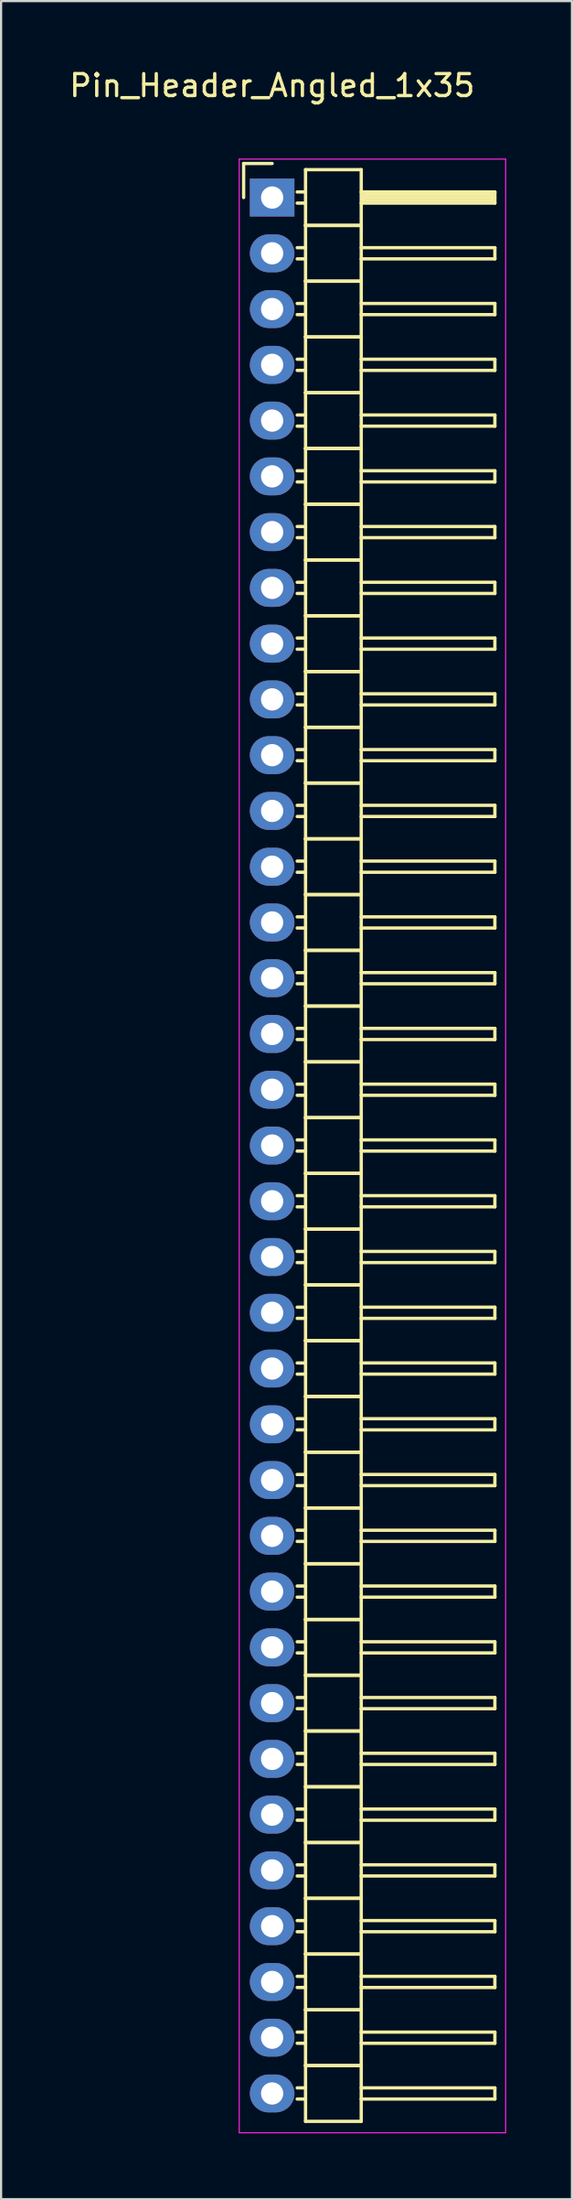
<source format=kicad_pcb>
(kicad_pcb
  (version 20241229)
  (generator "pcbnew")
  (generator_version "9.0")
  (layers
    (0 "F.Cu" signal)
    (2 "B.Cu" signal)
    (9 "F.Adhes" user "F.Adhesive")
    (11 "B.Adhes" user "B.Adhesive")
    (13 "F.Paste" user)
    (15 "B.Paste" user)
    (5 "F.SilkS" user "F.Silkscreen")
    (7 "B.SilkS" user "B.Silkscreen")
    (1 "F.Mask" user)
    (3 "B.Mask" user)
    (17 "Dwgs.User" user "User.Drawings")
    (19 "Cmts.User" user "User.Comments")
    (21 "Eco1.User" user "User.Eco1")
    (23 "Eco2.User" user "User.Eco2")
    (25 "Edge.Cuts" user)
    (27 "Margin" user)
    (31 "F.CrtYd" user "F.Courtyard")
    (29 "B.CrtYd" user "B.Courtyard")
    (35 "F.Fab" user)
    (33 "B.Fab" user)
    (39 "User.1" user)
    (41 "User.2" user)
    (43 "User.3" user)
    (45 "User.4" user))
  (footprint "Pin_Header_Angled_1x35"
    (layer "F.Cu")
    (at 9.363 5.948)
    (property "Reference" "Pin_Header_Angled_1x35" (at 0 -5.1 0) (layer "F.SilkS") (effects (font (size 1 1) (thickness 0.15))))
    (attr through_hole)
    (fp_line (start -1.3 -1.55) (end -1.3 0) (stroke (width 0.15) (type solid)) (layer "F.SilkS"))
    (fp_line (start 0 -1.55) (end -1.3 -1.55) (stroke (width 0.15) (type solid)) (layer "F.SilkS"))
    (fp_line (start 1.524 -1.27) (end 1.524 1.27) (stroke (width 0.15) (type solid)) (layer "F.SilkS"))
    (fp_line (start 1.524 -1.27) (end 4.064 -1.27) (stroke (width 0.15) (type solid)) (layer "F.SilkS"))
    (fp_line (start 1.524 -0.254) (end 1.143 -0.254) (stroke (width 0.15) (type solid)) (layer "F.SilkS"))
    (fp_line (start 1.524 0.254) (end 1.143 0.254) (stroke (width 0.15) (type solid)) (layer "F.SilkS"))
    (fp_line (start 1.524 1.27) (end 1.524 3.81) (stroke (width 0.15) (type solid)) (layer "F.SilkS"))
    (fp_line (start 1.524 1.27) (end 4.064 1.27) (stroke (width 0.15) (type solid)) (layer "F.SilkS"))
    (fp_line (start 1.524 1.27) (end 4.064 1.27) (stroke (width 0.15) (type solid)) (layer "F.SilkS"))
    (fp_line (start 1.524 2.286) (end 1.143 2.286) (stroke (width 0.15) (type solid)) (layer "F.SilkS"))
    (fp_line (start 1.524 2.794) (end 1.143 2.794) (stroke (width 0.15) (type solid)) (layer "F.SilkS"))
    (fp_line (start 1.524 3.81) (end 1.524 6.35) (stroke (width 0.15) (type solid)) (layer "F.SilkS"))
    (fp_line (start 1.524 3.81) (end 4.064 3.81) (stroke (width 0.15) (type solid)) (layer "F.SilkS"))
    (fp_line (start 1.524 3.81) (end 4.064 3.81) (stroke (width 0.15) (type solid)) (layer "F.SilkS"))
    (fp_line (start 1.524 4.826) (end 1.143 4.826) (stroke (width 0.15) (type solid)) (layer "F.SilkS"))
    (fp_line (start 1.524 5.334) (end 1.143 5.334) (stroke (width 0.15) (type solid)) (layer "F.SilkS"))
    (fp_line (start 1.524 6.35) (end 1.524 8.89) (stroke (width 0.15) (type solid)) (layer "F.SilkS"))
    (fp_line (start 1.524 6.35) (end 4.064 6.35) (stroke (width 0.15) (type solid)) (layer "F.SilkS"))
    (fp_line (start 1.524 6.35) (end 4.064 6.35) (stroke (width 0.15) (type solid)) (layer "F.SilkS"))
    (fp_line (start 1.524 7.366) (end 1.143 7.366) (stroke (width 0.15) (type solid)) (layer "F.SilkS"))
    (fp_line (start 1.524 7.874) (end 1.143 7.874) (stroke (width 0.15) (type solid)) (layer "F.SilkS"))
    (fp_line (start 1.524 8.89) (end 1.524 11.43) (stroke (width 0.15) (type solid)) (layer "F.SilkS"))
    (fp_line (start 1.524 8.89) (end 4.064 8.89) (stroke (width 0.15) (type solid)) (layer "F.SilkS"))
    (fp_line (start 1.524 8.89) (end 4.064 8.89) (stroke (width 0.15) (type solid)) (layer "F.SilkS"))
    (fp_line (start 1.524 9.906) (end 1.143 9.906) (stroke (width 0.15) (type solid)) (layer "F.SilkS"))
    (fp_line (start 1.524 10.414) (end 1.143 10.414) (stroke (width 0.15) (type solid)) (layer "F.SilkS"))
    (fp_line (start 1.524 11.43) (end 1.524 13.97) (stroke (width 0.15) (type solid)) (layer "F.SilkS"))
    (fp_line (start 1.524 11.43) (end 4.064 11.43) (stroke (width 0.15) (type solid)) (layer "F.SilkS"))
    (fp_line (start 1.524 11.43) (end 4.064 11.43) (stroke (width 0.15) (type solid)) (layer "F.SilkS"))
    (fp_line (start 1.524 12.446) (end 1.143 12.446) (stroke (width 0.15) (type solid)) (layer "F.SilkS"))
    (fp_line (start 1.524 12.954) (end 1.143 12.954) (stroke (width 0.15) (type solid)) (layer "F.SilkS"))
    (fp_line (start 1.524 13.97) (end 1.524 16.51) (stroke (width 0.15) (type solid)) (layer "F.SilkS"))
    (fp_line (start 1.524 13.97) (end 4.064 13.97) (stroke (width 0.15) (type solid)) (layer "F.SilkS"))
    (fp_line (start 1.524 13.97) (end 4.064 13.97) (stroke (width 0.15) (type solid)) (layer "F.SilkS"))
    (fp_line (start 1.524 14.986) (end 1.143 14.986) (stroke (width 0.15) (type solid)) (layer "F.SilkS"))
    (fp_line (start 1.524 15.494) (end 1.143 15.494) (stroke (width 0.15) (type solid)) (layer "F.SilkS"))
    (fp_line (start 1.524 16.51) (end 1.524 19.05) (stroke (width 0.15) (type solid)) (layer "F.SilkS"))
    (fp_line (start 1.524 16.51) (end 4.064 16.51) (stroke (width 0.15) (type solid)) (layer "F.SilkS"))
    (fp_line (start 1.524 16.51) (end 4.064 16.51) (stroke (width 0.15) (type solid)) (layer "F.SilkS"))
    (fp_line (start 1.524 17.526) (end 1.143 17.526) (stroke (width 0.15) (type solid)) (layer "F.SilkS"))
    (fp_line (start 1.524 18.034) (end 1.143 18.034) (stroke (width 0.15) (type solid)) (layer "F.SilkS"))
    (fp_line (start 1.524 19.05) (end 1.524 21.59) (stroke (width 0.15) (type solid)) (layer "F.SilkS"))
    (fp_line (start 1.524 19.05) (end 4.064 19.05) (stroke (width 0.15) (type solid)) (layer "F.SilkS"))
    (fp_line (start 1.524 19.05) (end 4.064 19.05) (stroke (width 0.15) (type solid)) (layer "F.SilkS"))
    (fp_line (start 1.524 20.066) (end 1.143 20.066) (stroke (width 0.15) (type solid)) (layer "F.SilkS"))
    (fp_line (start 1.524 20.574) (end 1.143 20.574) (stroke (width 0.15) (type solid)) (layer "F.SilkS"))
    (fp_line (start 1.524 21.59) (end 1.524 24.13) (stroke (width 0.15) (type solid)) (layer "F.SilkS"))
    (fp_line (start 1.524 21.59) (end 4.064 21.59) (stroke (width 0.15) (type solid)) (layer "F.SilkS"))
    (fp_line (start 1.524 21.59) (end 4.064 21.59) (stroke (width 0.15) (type solid)) (layer "F.SilkS"))
    (fp_line (start 1.524 22.606) (end 1.143 22.606) (stroke (width 0.15) (type solid)) (layer "F.SilkS"))
    (fp_line (start 1.524 23.114) (end 1.143 23.114) (stroke (width 0.15) (type solid)) (layer "F.SilkS"))
    (fp_line (start 1.524 24.13) (end 1.524 26.67) (stroke (width 0.15) (type solid)) (layer "F.SilkS"))
    (fp_line (start 1.524 24.13) (end 4.064 24.13) (stroke (width 0.15) (type solid)) (layer "F.SilkS"))
    (fp_line (start 1.524 24.13) (end 4.064 24.13) (stroke (width 0.15) (type solid)) (layer "F.SilkS"))
    (fp_line (start 1.524 25.146) (end 1.143 25.146) (stroke (width 0.15) (type solid)) (layer "F.SilkS"))
    (fp_line (start 1.524 25.654) (end 1.143 25.654) (stroke (width 0.15) (type solid)) (layer "F.SilkS"))
    (fp_line (start 1.524 26.67) (end 1.524 29.21) (stroke (width 0.15) (type solid)) (layer "F.SilkS"))
    (fp_line (start 1.524 26.67) (end 4.064 26.67) (stroke (width 0.15) (type solid)) (layer "F.SilkS"))
    (fp_line (start 1.524 26.67) (end 4.064 26.67) (stroke (width 0.15) (type solid)) (layer "F.SilkS"))
    (fp_line (start 1.524 27.686) (end 1.143 27.686) (stroke (width 0.15) (type solid)) (layer "F.SilkS"))
    (fp_line (start 1.524 28.194) (end 1.143 28.194) (stroke (width 0.15) (type solid)) (layer "F.SilkS"))
    (fp_line (start 1.524 29.21) (end 1.524 31.75) (stroke (width 0.15) (type solid)) (layer "F.SilkS"))
    (fp_line (start 1.524 29.21) (end 4.064 29.21) (stroke (width 0.15) (type solid)) (layer "F.SilkS"))
    (fp_line (start 1.524 29.21) (end 4.064 29.21) (stroke (width 0.15) (type solid)) (layer "F.SilkS"))
    (fp_line (start 1.524 30.226) (end 1.143 30.226) (stroke (width 0.15) (type solid)) (layer "F.SilkS"))
    (fp_line (start 1.524 30.734) (end 1.143 30.734) (stroke (width 0.15) (type solid)) (layer "F.SilkS"))
    (fp_line (start 1.524 31.75) (end 1.524 34.29) (stroke (width 0.15) (type solid)) (layer "F.SilkS"))
    (fp_line (start 1.524 31.75) (end 4.064 31.75) (stroke (width 0.15) (type solid)) (layer "F.SilkS"))
    (fp_line (start 1.524 31.75) (end 4.064 31.75) (stroke (width 0.15) (type solid)) (layer "F.SilkS"))
    (fp_line (start 1.524 32.766) (end 1.143 32.766) (stroke (width 0.15) (type solid)) (layer "F.SilkS"))
    (fp_line (start 1.524 33.274) (end 1.143 33.274) (stroke (width 0.15) (type solid)) (layer "F.SilkS"))
    (fp_line (start 1.524 34.29) (end 1.524 36.83) (stroke (width 0.15) (type solid)) (layer "F.SilkS"))
    (fp_line (start 1.524 34.29) (end 4.064 34.29) (stroke (width 0.15) (type solid)) (layer "F.SilkS"))
    (fp_line (start 1.524 34.29) (end 4.064 34.29) (stroke (width 0.15) (type solid)) (layer "F.SilkS"))
    (fp_line (start 1.524 35.306) (end 1.143 35.306) (stroke (width 0.15) (type solid)) (layer "F.SilkS"))
    (fp_line (start 1.524 35.814) (end 1.143 35.814) (stroke (width 0.15) (type solid)) (layer "F.SilkS"))
    (fp_line (start 1.524 36.83) (end 1.524 39.37) (stroke (width 0.15) (type solid)) (layer "F.SilkS"))
    (fp_line (start 1.524 36.83) (end 4.064 36.83) (stroke (width 0.15) (type solid)) (layer "F.SilkS"))
    (fp_line (start 1.524 36.83) (end 4.064 36.83) (stroke (width 0.15) (type solid)) (layer "F.SilkS"))
    (fp_line (start 1.524 37.846) (end 1.143 37.846) (stroke (width 0.15) (type solid)) (layer "F.SilkS"))
    (fp_line (start 1.524 38.354) (end 1.143 38.354) (stroke (width 0.15) (type solid)) (layer "F.SilkS"))
    (fp_line (start 1.524 39.37) (end 1.524 41.91) (stroke (width 0.15) (type solid)) (layer "F.SilkS"))
    (fp_line (start 1.524 39.37) (end 4.064 39.37) (stroke (width 0.15) (type solid)) (layer "F.SilkS"))
    (fp_line (start 1.524 39.37) (end 4.064 39.37) (stroke (width 0.15) (type solid)) (layer "F.SilkS"))
    (fp_line (start 1.524 40.386) (end 1.143 40.386) (stroke (width 0.15) (type solid)) (layer "F.SilkS"))
    (fp_line (start 1.524 40.894) (end 1.143 40.894) (stroke (width 0.15) (type solid)) (layer "F.SilkS"))
    (fp_line (start 1.524 41.91) (end 1.524 44.45) (stroke (width 0.15) (type solid)) (layer "F.SilkS"))
    (fp_line (start 1.524 41.91) (end 4.064 41.91) (stroke (width 0.15) (type solid)) (layer "F.SilkS"))
    (fp_line (start 1.524 41.91) (end 4.064 41.91) (stroke (width 0.15) (type solid)) (layer "F.SilkS"))
    (fp_line (start 1.524 42.926) (end 1.143 42.926) (stroke (width 0.15) (type solid)) (layer "F.SilkS"))
    (fp_line (start 1.524 43.434) (end 1.143 43.434) (stroke (width 0.15) (type solid)) (layer "F.SilkS"))
    (fp_line (start 1.524 44.45) (end 1.524 46.99) (stroke (width 0.15) (type solid)) (layer "F.SilkS"))
    (fp_line (start 1.524 44.45) (end 4.064 44.45) (stroke (width 0.15) (type solid)) (layer "F.SilkS"))
    (fp_line (start 1.524 44.45) (end 4.064 44.45) (stroke (width 0.15) (type solid)) (layer "F.SilkS"))
    (fp_line (start 1.524 45.466) (end 1.143 45.466) (stroke (width 0.15) (type solid)) (layer "F.SilkS"))
    (fp_line (start 1.524 45.974) (end 1.143 45.974) (stroke (width 0.15) (type solid)) (layer "F.SilkS"))
    (fp_line (start 1.524 46.99) (end 1.524 49.53) (stroke (width 0.15) (type solid)) (layer "F.SilkS"))
    (fp_line (start 1.524 46.99) (end 4.064 46.99) (stroke (width 0.15) (type solid)) (layer "F.SilkS"))
    (fp_line (start 1.524 46.99) (end 4.064 46.99) (stroke (width 0.15) (type solid)) (layer "F.SilkS"))
    (fp_line (start 1.524 48.006) (end 1.143 48.006) (stroke (width 0.15) (type solid)) (layer "F.SilkS"))
    (fp_line (start 1.524 48.514) (end 1.143 48.514) (stroke (width 0.15) (type solid)) (layer "F.SilkS"))
    (fp_line (start 1.524 49.53) (end 1.524 52.07) (stroke (width 0.15) (type solid)) (layer "F.SilkS"))
    (fp_line (start 1.524 49.53) (end 4.064 49.53) (stroke (width 0.15) (type solid)) (layer "F.SilkS"))
    (fp_line (start 1.524 49.53) (end 4.064 49.53) (stroke (width 0.15) (type solid)) (layer "F.SilkS"))
    (fp_line (start 1.524 50.546) (end 1.143 50.546) (stroke (width 0.15) (type solid)) (layer "F.SilkS"))
    (fp_line (start 1.524 51.054) (end 1.143 51.054) (stroke (width 0.15) (type solid)) (layer "F.SilkS"))
    (fp_line (start 1.524 52.07) (end 1.524 54.61) (stroke (width 0.15) (type solid)) (layer "F.SilkS"))
    (fp_line (start 1.524 52.07) (end 4.064 52.07) (stroke (width 0.15) (type solid)) (layer "F.SilkS"))
    (fp_line (start 1.524 52.07) (end 4.064 52.07) (stroke (width 0.15) (type solid)) (layer "F.SilkS"))
    (fp_line (start 1.524 53.086) (end 1.143 53.086) (stroke (width 0.15) (type solid)) (layer "F.SilkS"))
    (fp_line (start 1.524 53.594) (end 1.143 53.594) (stroke (width 0.15) (type solid)) (layer "F.SilkS"))
    (fp_line (start 1.524 54.61) (end 1.524 57.15) (stroke (width 0.15) (type solid)) (layer "F.SilkS"))
    (fp_line (start 1.524 54.61) (end 4.064 54.61) (stroke (width 0.15) (type solid)) (layer "F.SilkS"))
    (fp_line (start 1.524 54.61) (end 4.064 54.61) (stroke (width 0.15) (type solid)) (layer "F.SilkS"))
    (fp_line (start 1.524 55.626) (end 1.143 55.626) (stroke (width 0.15) (type solid)) (layer "F.SilkS"))
    (fp_line (start 1.524 56.134) (end 1.143 56.134) (stroke (width 0.15) (type solid)) (layer "F.SilkS"))
    (fp_line (start 1.524 57.15) (end 1.524 59.69) (stroke (width 0.15) (type solid)) (layer "F.SilkS"))
    (fp_line (start 1.524 57.15) (end 4.064 57.15) (stroke (width 0.15) (type solid)) (layer "F.SilkS"))
    (fp_line (start 1.524 57.15) (end 4.064 57.15) (stroke (width 0.15) (type solid)) (layer "F.SilkS"))
    (fp_line (start 1.524 58.166) (end 1.143 58.166) (stroke (width 0.15) (type solid)) (layer "F.SilkS"))
    (fp_line (start 1.524 58.674) (end 1.143 58.674) (stroke (width 0.15) (type solid)) (layer "F.SilkS"))
    (fp_line (start 1.524 59.69) (end 1.524 62.23) (stroke (width 0.15) (type solid)) (layer "F.SilkS"))
    (fp_line (start 1.524 59.69) (end 4.064 59.69) (stroke (width 0.15) (type solid)) (layer "F.SilkS"))
    (fp_line (start 1.524 59.69) (end 4.064 59.69) (stroke (width 0.15) (type solid)) (layer "F.SilkS"))
    (fp_line (start 1.524 60.706) (end 1.143 60.706) (stroke (width 0.15) (type solid)) (layer "F.SilkS"))
    (fp_line (start 1.524 61.214) (end 1.143 61.214) (stroke (width 0.15) (type solid)) (layer "F.SilkS"))
    (fp_line (start 1.524 62.23) (end 1.524 64.77) (stroke (width 0.15) (type solid)) (layer "F.SilkS"))
    (fp_line (start 1.524 62.23) (end 4.064 62.23) (stroke (width 0.15) (type solid)) (layer "F.SilkS"))
    (fp_line (start 1.524 62.23) (end 4.064 62.23) (stroke (width 0.15) (type solid)) (layer "F.SilkS"))
    (fp_line (start 1.524 63.246) (end 1.143 63.246) (stroke (width 0.15) (type solid)) (layer "F.SilkS"))
    (fp_line (start 1.524 63.754) (end 1.143 63.754) (stroke (width 0.15) (type solid)) (layer "F.SilkS"))
    (fp_line (start 1.524 64.77) (end 1.524 67.31) (stroke (width 0.15) (type solid)) (layer "F.SilkS"))
    (fp_line (start 1.524 64.77) (end 4.064 64.77) (stroke (width 0.15) (type solid)) (layer "F.SilkS"))
    (fp_line (start 1.524 64.77) (end 4.064 64.77) (stroke (width 0.15) (type solid)) (layer "F.SilkS"))
    (fp_line (start 1.524 65.786) (end 1.143 65.786) (stroke (width 0.15) (type solid)) (layer "F.SilkS"))
    (fp_line (start 1.524 66.294) (end 1.143 66.294) (stroke (width 0.15) (type solid)) (layer "F.SilkS"))
    (fp_line (start 1.524 67.31) (end 1.524 69.85) (stroke (width 0.15) (type solid)) (layer "F.SilkS"))
    (fp_line (start 1.524 67.31) (end 4.064 67.31) (stroke (width 0.15) (type solid)) (layer "F.SilkS"))
    (fp_line (start 1.524 67.31) (end 4.064 67.31) (stroke (width 0.15) (type solid)) (layer "F.SilkS"))
    (fp_line (start 1.524 68.326) (end 1.143 68.326) (stroke (width 0.15) (type solid)) (layer "F.SilkS"))
    (fp_line (start 1.524 68.834) (end 1.143 68.834) (stroke (width 0.15) (type solid)) (layer "F.SilkS"))
    (fp_line (start 1.524 69.85) (end 1.524 72.39) (stroke (width 0.15) (type solid)) (layer "F.SilkS"))
    (fp_line (start 1.524 69.85) (end 4.064 69.85) (stroke (width 0.15) (type solid)) (layer "F.SilkS"))
    (fp_line (start 1.524 69.85) (end 4.064 69.85) (stroke (width 0.15) (type solid)) (layer "F.SilkS"))
    (fp_line (start 1.524 70.866) (end 1.143 70.866) (stroke (width 0.15) (type solid)) (layer "F.SilkS"))
    (fp_line (start 1.524 71.374) (end 1.143 71.374) (stroke (width 0.15) (type solid)) (layer "F.SilkS"))
    (fp_line (start 1.524 72.39) (end 1.524 74.93) (stroke (width 0.15) (type solid)) (layer "F.SilkS"))
    (fp_line (start 1.524 72.39) (end 4.064 72.39) (stroke (width 0.15) (type solid)) (layer "F.SilkS"))
    (fp_line (start 1.524 72.39) (end 4.064 72.39) (stroke (width 0.15) (type solid)) (layer "F.SilkS"))
    (fp_line (start 1.524 73.406) (end 1.143 73.406) (stroke (width 0.15) (type solid)) (layer "F.SilkS"))
    (fp_line (start 1.524 73.914) (end 1.143 73.914) (stroke (width 0.15) (type solid)) (layer "F.SilkS"))
    (fp_line (start 1.524 74.93) (end 1.524 77.47) (stroke (width 0.15) (type solid)) (layer "F.SilkS"))
    (fp_line (start 1.524 74.93) (end 4.064 74.93) (stroke (width 0.15) (type solid)) (layer "F.SilkS"))
    (fp_line (start 1.524 74.93) (end 4.064 74.93) (stroke (width 0.15) (type solid)) (layer "F.SilkS"))
    (fp_line (start 1.524 75.946) (end 1.143 75.946) (stroke (width 0.15) (type solid)) (layer "F.SilkS"))
    (fp_line (start 1.524 76.454) (end 1.143 76.454) (stroke (width 0.15) (type solid)) (layer "F.SilkS"))
    (fp_line (start 1.524 77.47) (end 1.524 80.01) (stroke (width 0.15) (type solid)) (layer "F.SilkS"))
    (fp_line (start 1.524 77.47) (end 4.064 77.47) (stroke (width 0.15) (type solid)) (layer "F.SilkS"))
    (fp_line (start 1.524 77.47) (end 4.064 77.47) (stroke (width 0.15) (type solid)) (layer "F.SilkS"))
    (fp_line (start 1.524 78.486) (end 1.143 78.486) (stroke (width 0.15) (type solid)) (layer "F.SilkS"))
    (fp_line (start 1.524 78.994) (end 1.143 78.994) (stroke (width 0.15) (type solid)) (layer "F.SilkS"))
    (fp_line (start 1.524 80.01) (end 1.524 82.55) (stroke (width 0.15) (type solid)) (layer "F.SilkS"))
    (fp_line (start 1.524 80.01) (end 4.064 80.01) (stroke (width 0.15) (type solid)) (layer "F.SilkS"))
    (fp_line (start 1.524 80.01) (end 4.064 80.01) (stroke (width 0.15) (type solid)) (layer "F.SilkS"))
    (fp_line (start 1.524 81.026) (end 1.143 81.026) (stroke (width 0.15) (type solid)) (layer "F.SilkS"))
    (fp_line (start 1.524 81.534) (end 1.143 81.534) (stroke (width 0.15) (type solid)) (layer "F.SilkS"))
    (fp_line (start 1.524 82.55) (end 1.524 85.09) (stroke (width 0.15) (type solid)) (layer "F.SilkS"))
    (fp_line (start 1.524 82.55) (end 4.064 82.55) (stroke (width 0.15) (type solid)) (layer "F.SilkS"))
    (fp_line (start 1.524 82.55) (end 4.064 82.55) (stroke (width 0.15) (type solid)) (layer "F.SilkS"))
    (fp_line (start 1.524 83.566) (end 1.143 83.566) (stroke (width 0.15) (type solid)) (layer "F.SilkS"))
    (fp_line (start 1.524 84.074) (end 1.143 84.074) (stroke (width 0.15) (type solid)) (layer "F.SilkS"))
    (fp_line (start 1.524 85.09) (end 1.524 87.63) (stroke (width 0.15) (type solid)) (layer "F.SilkS"))
    (fp_line (start 1.524 85.09) (end 4.064 85.09) (stroke (width 0.15) (type solid)) (layer "F.SilkS"))
    (fp_line (start 1.524 85.09) (end 4.064 85.09) (stroke (width 0.15) (type solid)) (layer "F.SilkS"))
    (fp_line (start 1.524 86.106) (end 1.143 86.106) (stroke (width 0.15) (type solid)) (layer "F.SilkS"))
    (fp_line (start 1.524 86.614) (end 1.143 86.614) (stroke (width 0.15) (type solid)) (layer "F.SilkS"))
    (fp_line (start 1.524 87.63) (end 4.064 87.63) (stroke (width 0.15) (type solid)) (layer "F.SilkS"))
    (fp_line (start 4.064 -0.254) (end 10.16 -0.254) (stroke (width 0.15) (type solid)) (layer "F.SilkS"))
    (fp_line (start 4.064 1.27) (end 4.064 -1.27) (stroke (width 0.15) (type solid)) (layer "F.SilkS"))
    (fp_line (start 4.064 2.286) (end 10.16 2.286) (stroke (width 0.15) (type solid)) (layer "F.SilkS"))
    (fp_line (start 4.064 3.81) (end 4.064 1.27) (stroke (width 0.15) (type solid)) (layer "F.SilkS"))
    (fp_line (start 4.064 4.826) (end 10.16 4.826) (stroke (width 0.15) (type solid)) (layer "F.SilkS"))
    (fp_line (start 4.064 6.35) (end 4.064 3.81) (stroke (width 0.15) (type solid)) (layer "F.SilkS"))
    (fp_line (start 4.064 7.366) (end 10.16 7.366) (stroke (width 0.15) (type solid)) (layer "F.SilkS"))
    (fp_line (start 4.064 8.89) (end 4.064 6.35) (stroke (width 0.15) (type solid)) (layer "F.SilkS"))
    (fp_line (start 4.064 9.906) (end 10.16 9.906) (stroke (width 0.15) (type solid)) (layer "F.SilkS"))
    (fp_line (start 4.064 11.43) (end 4.064 8.89) (stroke (width 0.15) (type solid)) (layer "F.SilkS"))
    (fp_line (start 4.064 12.446) (end 10.16 12.446) (stroke (width 0.15) (type solid)) (layer "F.SilkS"))
    (fp_line (start 4.064 13.97) (end 4.064 11.43) (stroke (width 0.15) (type solid)) (layer "F.SilkS"))
    (fp_line (start 4.064 14.986) (end 10.16 14.986) (stroke (width 0.15) (type solid)) (layer "F.SilkS"))
    (fp_line (start 4.064 16.51) (end 4.064 13.97) (stroke (width 0.15) (type solid)) (layer "F.SilkS"))
    (fp_line (start 4.064 17.526) (end 10.16 17.526) (stroke (width 0.15) (type solid)) (layer "F.SilkS"))
    (fp_line (start 4.064 19.05) (end 4.064 16.51) (stroke (width 0.15) (type solid)) (layer "F.SilkS"))
    (fp_line (start 4.064 20.066) (end 10.16 20.066) (stroke (width 0.15) (type solid)) (layer "F.SilkS"))
    (fp_line (start 4.064 21.59) (end 4.064 19.05) (stroke (width 0.15) (type solid)) (layer "F.SilkS"))
    (fp_line (start 4.064 22.606) (end 10.16 22.606) (stroke (width 0.15) (type solid)) (layer "F.SilkS"))
    (fp_line (start 4.064 24.13) (end 4.064 21.59) (stroke (width 0.15) (type solid)) (layer "F.SilkS"))
    (fp_line (start 4.064 25.146) (end 10.16 25.146) (stroke (width 0.15) (type solid)) (layer "F.SilkS"))
    (fp_line (start 4.064 26.67) (end 4.064 24.13) (stroke (width 0.15) (type solid)) (layer "F.SilkS"))
    (fp_line (start 4.064 27.686) (end 10.16 27.686) (stroke (width 0.15) (type solid)) (layer "F.SilkS"))
    (fp_line (start 4.064 29.21) (end 4.064 26.67) (stroke (width 0.15) (type solid)) (layer "F.SilkS"))
    (fp_line (start 4.064 30.226) (end 10.16 30.226) (stroke (width 0.15) (type solid)) (layer "F.SilkS"))
    (fp_line (start 4.064 31.75) (end 4.064 29.21) (stroke (width 0.15) (type solid)) (layer "F.SilkS"))
    (fp_line (start 4.064 32.766) (end 10.16 32.766) (stroke (width 0.15) (type solid)) (layer "F.SilkS"))
    (fp_line (start 4.064 34.29) (end 4.064 31.75) (stroke (width 0.15) (type solid)) (layer "F.SilkS"))
    (fp_line (start 4.064 35.306) (end 10.16 35.306) (stroke (width 0.15) (type solid)) (layer "F.SilkS"))
    (fp_line (start 4.064 36.83) (end 4.064 34.29) (stroke (width 0.15) (type solid)) (layer "F.SilkS"))
    (fp_line (start 4.064 37.846) (end 10.16 37.846) (stroke (width 0.15) (type solid)) (layer "F.SilkS"))
    (fp_line (start 4.064 39.37) (end 4.064 36.83) (stroke (width 0.15) (type solid)) (layer "F.SilkS"))
    (fp_line (start 4.064 40.386) (end 10.16 40.386) (stroke (width 0.15) (type solid)) (layer "F.SilkS"))
    (fp_line (start 4.064 41.91) (end 4.064 39.37) (stroke (width 0.15) (type solid)) (layer "F.SilkS"))
    (fp_line (start 4.064 42.926) (end 10.16 42.926) (stroke (width 0.15) (type solid)) (layer "F.SilkS"))
    (fp_line (start 4.064 44.45) (end 4.064 41.91) (stroke (width 0.15) (type solid)) (layer "F.SilkS"))
    (fp_line (start 4.064 45.466) (end 10.16 45.466) (stroke (width 0.15) (type solid)) (layer "F.SilkS"))
    (fp_line (start 4.064 46.99) (end 4.064 44.45) (stroke (width 0.15) (type solid)) (layer "F.SilkS"))
    (fp_line (start 4.064 48.006) (end 10.16 48.006) (stroke (width 0.15) (type solid)) (layer "F.SilkS"))
    (fp_line (start 4.064 49.53) (end 4.064 46.99) (stroke (width 0.15) (type solid)) (layer "F.SilkS"))
    (fp_line (start 4.064 50.546) (end 10.16 50.546) (stroke (width 0.15) (type solid)) (layer "F.SilkS"))
    (fp_line (start 4.064 52.07) (end 4.064 49.53) (stroke (width 0.15) (type solid)) (layer "F.SilkS"))
    (fp_line (start 4.064 53.086) (end 10.16 53.086) (stroke (width 0.15) (type solid)) (layer "F.SilkS"))
    (fp_line (start 4.064 54.61) (end 4.064 52.07) (stroke (width 0.15) (type solid)) (layer "F.SilkS"))
    (fp_line (start 4.064 55.626) (end 10.16 55.626) (stroke (width 0.15) (type solid)) (layer "F.SilkS"))
    (fp_line (start 4.064 57.15) (end 4.064 54.61) (stroke (width 0.15) (type solid)) (layer "F.SilkS"))
    (fp_line (start 4.064 58.166) (end 10.16 58.166) (stroke (width 0.15) (type solid)) (layer "F.SilkS"))
    (fp_line (start 4.064 59.69) (end 4.064 57.15) (stroke (width 0.15) (type solid)) (layer "F.SilkS"))
    (fp_line (start 4.064 60.706) (end 10.16 60.706) (stroke (width 0.15) (type solid)) (layer "F.SilkS"))
    (fp_line (start 4.064 62.23) (end 4.064 59.69) (stroke (width 0.15) (type solid)) (layer "F.SilkS"))
    (fp_line (start 4.064 63.246) (end 10.16 63.246) (stroke (width 0.15) (type solid)) (layer "F.SilkS"))
    (fp_line (start 4.064 64.77) (end 4.064 62.23) (stroke (width 0.15) (type solid)) (layer "F.SilkS"))
    (fp_line (start 4.064 65.786) (end 10.16 65.786) (stroke (width 0.15) (type solid)) (layer "F.SilkS"))
    (fp_line (start 4.064 67.31) (end 4.064 64.77) (stroke (width 0.15) (type solid)) (layer "F.SilkS"))
    (fp_line (start 4.064 68.326) (end 10.16 68.326) (stroke (width 0.15) (type solid)) (layer "F.SilkS"))
    (fp_line (start 4.064 69.85) (end 4.064 67.31) (stroke (width 0.15) (type solid)) (layer "F.SilkS"))
    (fp_line (start 4.064 70.866) (end 10.16 70.866) (stroke (width 0.15) (type solid)) (layer "F.SilkS"))
    (fp_line (start 4.064 72.39) (end 4.064 69.85) (stroke (width 0.15) (type solid)) (layer "F.SilkS"))
    (fp_line (start 4.064 73.406) (end 10.16 73.406) (stroke (width 0.15) (type solid)) (layer "F.SilkS"))
    (fp_line (start 4.064 74.93) (end 4.064 72.39) (stroke (width 0.15) (type solid)) (layer "F.SilkS"))
    (fp_line (start 4.064 75.946) (end 10.16 75.946) (stroke (width 0.15) (type solid)) (layer "F.SilkS"))
    (fp_line (start 4.064 77.47) (end 4.064 74.93) (stroke (width 0.15) (type solid)) (layer "F.SilkS"))
    (fp_line (start 4.064 78.486) (end 10.16 78.486) (stroke (width 0.15) (type solid)) (layer "F.SilkS"))
    (fp_line (start 4.064 80.01) (end 4.064 77.47) (stroke (width 0.15) (type solid)) (layer "F.SilkS"))
    (fp_line (start 4.064 81.026) (end 10.16 81.026) (stroke (width 0.15) (type solid)) (layer "F.SilkS"))
    (fp_line (start 4.064 82.55) (end 4.064 80.01) (stroke (width 0.15) (type solid)) (layer "F.SilkS"))
    (fp_line (start 4.064 83.566) (end 10.16 83.566) (stroke (width 0.15) (type solid)) (layer "F.SilkS"))
    (fp_line (start 4.064 85.09) (end 4.064 82.55) (stroke (width 0.15) (type solid)) (layer "F.SilkS"))
    (fp_line (start 4.064 86.106) (end 10.16 86.106) (stroke (width 0.15) (type solid)) (layer "F.SilkS"))
    (fp_line (start 4.064 87.63) (end 4.064 85.09) (stroke (width 0.15) (type solid)) (layer "F.SilkS"))
    (fp_line (start 4.191 -0.127) (end 10.033 -0.127) (stroke (width 0.15) (type solid)) (layer "F.SilkS"))
    (fp_line (start 4.191 0) (end 10.033 0) (stroke (width 0.15) (type solid)) (layer "F.SilkS"))
    (fp_line (start 4.191 0.127) (end 4.191 0) (stroke (width 0.15) (type solid)) (layer "F.SilkS"))
    (fp_line (start 10.033 -0.127) (end 10.033 0.127) (stroke (width 0.15) (type solid)) (layer "F.SilkS"))
    (fp_line (start 10.033 0.127) (end 4.191 0.127) (stroke (width 0.15) (type solid)) (layer "F.SilkS"))
    (fp_line (start 10.16 -0.254) (end 10.16 0.254) (stroke (width 0.15) (type solid)) (layer "F.SilkS"))
    (fp_line (start 10.16 0.254) (end 4.064 0.254) (stroke (width 0.15) (type solid)) (layer "F.SilkS"))
    (fp_line (start 10.16 2.286) (end 10.16 2.794) (stroke (width 0.15) (type solid)) (layer "F.SilkS"))
    (fp_line (start 10.16 2.794) (end 4.064 2.794) (stroke (width 0.15) (type solid)) (layer "F.SilkS"))
    (fp_line (start 10.16 4.826) (end 10.16 5.334) (stroke (width 0.15) (type solid)) (layer "F.SilkS"))
    (fp_line (start 10.16 5.334) (end 4.064 5.334) (stroke (width 0.15) (type solid)) (layer "F.SilkS"))
    (fp_line (start 10.16 7.366) (end 10.16 7.874) (stroke (width 0.15) (type solid)) (layer "F.SilkS"))
    (fp_line (start 10.16 7.874) (end 4.064 7.874) (stroke (width 0.15) (type solid)) (layer "F.SilkS"))
    (fp_line (start 10.16 9.906) (end 10.16 10.414) (stroke (width 0.15) (type solid)) (layer "F.SilkS"))
    (fp_line (start 10.16 10.414) (end 4.064 10.414) (stroke (width 0.15) (type solid)) (layer "F.SilkS"))
    (fp_line (start 10.16 12.446) (end 10.16 12.954) (stroke (width 0.15) (type solid)) (layer "F.SilkS"))
    (fp_line (start 10.16 12.954) (end 4.064 12.954) (stroke (width 0.15) (type solid)) (layer "F.SilkS"))
    (fp_line (start 10.16 14.986) (end 10.16 15.494) (stroke (width 0.15) (type solid)) (layer "F.SilkS"))
    (fp_line (start 10.16 15.494) (end 4.064 15.494) (stroke (width 0.15) (type solid)) (layer "F.SilkS"))
    (fp_line (start 10.16 17.526) (end 10.16 18.034) (stroke (width 0.15) (type solid)) (layer "F.SilkS"))
    (fp_line (start 10.16 18.034) (end 4.064 18.034) (stroke (width 0.15) (type solid)) (layer "F.SilkS"))
    (fp_line (start 10.16 20.066) (end 10.16 20.574) (stroke (width 0.15) (type solid)) (layer "F.SilkS"))
    (fp_line (start 10.16 20.574) (end 4.064 20.574) (stroke (width 0.15) (type solid)) (layer "F.SilkS"))
    (fp_line (start 10.16 22.606) (end 10.16 23.114) (stroke (width 0.15) (type solid)) (layer "F.SilkS"))
    (fp_line (start 10.16 23.114) (end 4.064 23.114) (stroke (width 0.15) (type solid)) (layer "F.SilkS"))
    (fp_line (start 10.16 25.146) (end 10.16 25.654) (stroke (width 0.15) (type solid)) (layer "F.SilkS"))
    (fp_line (start 10.16 25.654) (end 4.064 25.654) (stroke (width 0.15) (type solid)) (layer "F.SilkS"))
    (fp_line (start 10.16 27.686) (end 10.16 28.194) (stroke (width 0.15) (type solid)) (layer "F.SilkS"))
    (fp_line (start 10.16 28.194) (end 4.064 28.194) (stroke (width 0.15) (type solid)) (layer "F.SilkS"))
    (fp_line (start 10.16 30.226) (end 10.16 30.734) (stroke (width 0.15) (type solid)) (layer "F.SilkS"))
    (fp_line (start 10.16 30.734) (end 4.064 30.734) (stroke (width 0.15) (type solid)) (layer "F.SilkS"))
    (fp_line (start 10.16 32.766) (end 10.16 33.274) (stroke (width 0.15) (type solid)) (layer "F.SilkS"))
    (fp_line (start 10.16 33.274) (end 4.064 33.274) (stroke (width 0.15) (type solid)) (layer "F.SilkS"))
    (fp_line (start 10.16 35.306) (end 10.16 35.814) (stroke (width 0.15) (type solid)) (layer "F.SilkS"))
    (fp_line (start 10.16 35.814) (end 4.064 35.814) (stroke (width 0.15) (type solid)) (layer "F.SilkS"))
    (fp_line (start 10.16 37.846) (end 10.16 38.354) (stroke (width 0.15) (type solid)) (layer "F.SilkS"))
    (fp_line (start 10.16 38.354) (end 4.064 38.354) (stroke (width 0.15) (type solid)) (layer "F.SilkS"))
    (fp_line (start 10.16 40.386) (end 10.16 40.894) (stroke (width 0.15) (type solid)) (layer "F.SilkS"))
    (fp_line (start 10.16 40.894) (end 4.064 40.894) (stroke (width 0.15) (type solid)) (layer "F.SilkS"))
    (fp_line (start 10.16 42.926) (end 10.16 43.434) (stroke (width 0.15) (type solid)) (layer "F.SilkS"))
    (fp_line (start 10.16 43.434) (end 4.064 43.434) (stroke (width 0.15) (type solid)) (layer "F.SilkS"))
    (fp_line (start 10.16 45.466) (end 10.16 45.974) (stroke (width 0.15) (type solid)) (layer "F.SilkS"))
    (fp_line (start 10.16 45.974) (end 4.064 45.974) (stroke (width 0.15) (type solid)) (layer "F.SilkS"))
    (fp_line (start 10.16 48.006) (end 10.16 48.514) (stroke (width 0.15) (type solid)) (layer "F.SilkS"))
    (fp_line (start 10.16 48.514) (end 4.064 48.514) (stroke (width 0.15) (type solid)) (layer "F.SilkS"))
    (fp_line (start 10.16 50.546) (end 10.16 51.054) (stroke (width 0.15) (type solid)) (layer "F.SilkS"))
    (fp_line (start 10.16 51.054) (end 4.064 51.054) (stroke (width 0.15) (type solid)) (layer "F.SilkS"))
    (fp_line (start 10.16 53.086) (end 10.16 53.594) (stroke (width 0.15) (type solid)) (layer "F.SilkS"))
    (fp_line (start 10.16 53.594) (end 4.064 53.594) (stroke (width 0.15) (type solid)) (layer "F.SilkS"))
    (fp_line (start 10.16 55.626) (end 10.16 56.134) (stroke (width 0.15) (type solid)) (layer "F.SilkS"))
    (fp_line (start 10.16 56.134) (end 4.064 56.134) (stroke (width 0.15) (type solid)) (layer "F.SilkS"))
    (fp_line (start 10.16 58.166) (end 10.16 58.674) (stroke (width 0.15) (type solid)) (layer "F.SilkS"))
    (fp_line (start 10.16 58.674) (end 4.064 58.674) (stroke (width 0.15) (type solid)) (layer "F.SilkS"))
    (fp_line (start 10.16 60.706) (end 10.16 61.214) (stroke (width 0.15) (type solid)) (layer "F.SilkS"))
    (fp_line (start 10.16 61.214) (end 4.064 61.214) (stroke (width 0.15) (type solid)) (layer "F.SilkS"))
    (fp_line (start 10.16 63.246) (end 10.16 63.754) (stroke (width 0.15) (type solid)) (layer "F.SilkS"))
    (fp_line (start 10.16 63.754) (end 4.064 63.754) (stroke (width 0.15) (type solid)) (layer "F.SilkS"))
    (fp_line (start 10.16 65.786) (end 10.16 66.294) (stroke (width 0.15) (type solid)) (layer "F.SilkS"))
    (fp_line (start 10.16 66.294) (end 4.064 66.294) (stroke (width 0.15) (type solid)) (layer "F.SilkS"))
    (fp_line (start 10.16 68.326) (end 10.16 68.834) (stroke (width 0.15) (type solid)) (layer "F.SilkS"))
    (fp_line (start 10.16 68.834) (end 4.064 68.834) (stroke (width 0.15) (type solid)) (layer "F.SilkS"))
    (fp_line (start 10.16 70.866) (end 10.16 71.374) (stroke (width 0.15) (type solid)) (layer "F.SilkS"))
    (fp_line (start 10.16 71.374) (end 4.064 71.374) (stroke (width 0.15) (type solid)) (layer "F.SilkS"))
    (fp_line (start 10.16 73.406) (end 10.16 73.914) (stroke (width 0.15) (type solid)) (layer "F.SilkS"))
    (fp_line (start 10.16 73.914) (end 4.064 73.914) (stroke (width 0.15) (type solid)) (layer "F.SilkS"))
    (fp_line (start 10.16 75.946) (end 10.16 76.454) (stroke (width 0.15) (type solid)) (layer "F.SilkS"))
    (fp_line (start 10.16 76.454) (end 4.064 76.454) (stroke (width 0.15) (type solid)) (layer "F.SilkS"))
    (fp_line (start 10.16 78.486) (end 10.16 78.994) (stroke (width 0.15) (type solid)) (layer "F.SilkS"))
    (fp_line (start 10.16 78.994) (end 4.064 78.994) (stroke (width 0.15) (type solid)) (layer "F.SilkS"))
    (fp_line (start 10.16 81.026) (end 10.16 81.534) (stroke (width 0.15) (type solid)) (layer "F.SilkS"))
    (fp_line (start 10.16 81.534) (end 4.064 81.534) (stroke (width 0.15) (type solid)) (layer "F.SilkS"))
    (fp_line (start 10.16 83.566) (end 10.16 84.074) (stroke (width 0.15) (type solid)) (layer "F.SilkS"))
    (fp_line (start 10.16 84.074) (end 4.064 84.074) (stroke (width 0.15) (type solid)) (layer "F.SilkS"))
    (fp_line (start 10.16 86.106) (end 10.16 86.614) (stroke (width 0.15) (type solid)) (layer "F.SilkS"))
    (fp_line (start 10.16 86.614) (end 4.064 86.614) (stroke (width 0.15) (type solid)) (layer "F.SilkS"))
    (fp_line (start -1.5 -1.75) (end -1.5 88.15) (stroke (width 0.05) (type solid)) (layer "F.CrtYd"))
    (fp_line (start -1.5 -1.75) (end 10.65 -1.75) (stroke (width 0.05) (type solid)) (layer "F.CrtYd"))
    (fp_line (start -1.5 88.15) (end 10.65 88.15) (stroke (width 0.05) (type solid)) (layer "F.CrtYd"))
    (fp_line (start 10.65 -1.75) (end 10.65 88.15) (stroke (width 0.05) (type solid)) (layer "F.CrtYd"))
    (pad "1" thru_hole rect (at 0 0) (size 2.032 1.727) (drill 1.016) (layers "*.Cu" "*.Mask"))
    (pad "2" thru_hole oval (at 0 2.54) (size 2.032 1.727) (drill 1.016) (layers "*.Cu" "*.Mask"))
    (pad "3" thru_hole oval (at 0 5.08) (size 2.032 1.727) (drill 1.016) (layers "*.Cu" "*.Mask"))
    (pad "4" thru_hole oval (at 0 7.62) (size 2.032 1.727) (drill 1.016) (layers "*.Cu" "*.Mask"))
    (pad "5" thru_hole oval (at 0 10.16) (size 2.032 1.727) (drill 1.016) (layers "*.Cu" "*.Mask"))
    (pad "6" thru_hole oval (at 0 12.7) (size 2.032 1.727) (drill 1.016) (layers "*.Cu" "*.Mask"))
    (pad "7" thru_hole oval (at 0 15.24) (size 2.032 1.727) (drill 1.016) (layers "*.Cu" "*.Mask"))
    (pad "8" thru_hole oval (at 0 17.78) (size 2.032 1.727) (drill 1.016) (layers "*.Cu" "*.Mask"))
    (pad "9" thru_hole oval (at 0 20.32) (size 2.032 1.727) (drill 1.016) (layers "*.Cu" "*.Mask"))
    (pad "10" thru_hole oval (at 0 22.86) (size 2.032 1.727) (drill 1.016) (layers "*.Cu" "*.Mask"))
    (pad "11" thru_hole oval (at 0 25.4) (size 2.032 1.727) (drill 1.016) (layers "*.Cu" "*.Mask"))
    (pad "12" thru_hole oval (at 0 27.94) (size 2.032 1.727) (drill 1.016) (layers "*.Cu" "*.Mask"))
    (pad "13" thru_hole oval (at 0 30.48) (size 2.032 1.727) (drill 1.016) (layers "*.Cu" "*.Mask"))
    (pad "14" thru_hole oval (at 0 33.02) (size 2.032 1.727) (drill 1.016) (layers "*.Cu" "*.Mask"))
    (pad "15" thru_hole oval (at 0 35.56) (size 2.032 1.727) (drill 1.016) (layers "*.Cu" "*.Mask"))
    (pad "16" thru_hole oval (at 0 38.1) (size 2.032 1.727) (drill 1.016) (layers "*.Cu" "*.Mask"))
    (pad "17" thru_hole oval (at 0 40.64) (size 2.032 1.727) (drill 1.016) (layers "*.Cu" "*.Mask"))
    (pad "18" thru_hole oval (at 0 43.18) (size 2.032 1.727) (drill 1.016) (layers "*.Cu" "*.Mask"))
    (pad "19" thru_hole oval (at 0 45.72) (size 2.032 1.727) (drill 1.016) (layers "*.Cu" "*.Mask"))
    (pad "20" thru_hole oval (at 0 48.26) (size 2.032 1.727) (drill 1.016) (layers "*.Cu" "*.Mask"))
    (pad "21" thru_hole oval (at 0 50.8) (size 2.032 1.727) (drill 1.016) (layers "*.Cu" "*.Mask"))
    (pad "22" thru_hole oval (at 0 53.34) (size 2.032 1.727) (drill 1.016) (layers "*.Cu" "*.Mask"))
    (pad "23" thru_hole oval (at 0 55.88) (size 2.032 1.727) (drill 1.016) (layers "*.Cu" "*.Mask"))
    (pad "24" thru_hole oval (at 0 58.42) (size 2.032 1.727) (drill 1.016) (layers "*.Cu" "*.Mask"))
    (pad "25" thru_hole oval (at 0 60.96) (size 2.032 1.727) (drill 1.016) (layers "*.Cu" "*.Mask"))
    (pad "26" thru_hole oval (at 0 63.5) (size 2.032 1.727) (drill 1.016) (layers "*.Cu" "*.Mask"))
    (pad "27" thru_hole oval (at 0 66.04) (size 2.032 1.727) (drill 1.016) (layers "*.Cu" "*.Mask"))
    (pad "28" thru_hole oval (at 0 68.58) (size 2.032 1.727) (drill 1.016) (layers "*.Cu" "*.Mask"))
    (pad "29" thru_hole oval (at 0 71.12) (size 2.032 1.727) (drill 1.016) (layers "*.Cu" "*.Mask"))
    (pad "30" thru_hole oval (at 0 73.66) (size 2.032 1.727) (drill 1.016) (layers "*.Cu" "*.Mask"))
    (pad "31" thru_hole oval (at 0 76.2) (size 2.032 1.727) (drill 1.016) (layers "*.Cu" "*.Mask"))
    (pad "32" thru_hole oval (at 0 78.74) (size 2.032 1.727) (drill 1.016) (layers "*.Cu" "*.Mask"))
    (pad "33" thru_hole oval (at 0 81.28) (size 2.032 1.727) (drill 1.016) (layers "*.Cu" "*.Mask"))
    (pad "34" thru_hole oval (at 0 83.82) (size 2.032 1.727) (drill 1.016) (layers "*.Cu" "*.Mask"))
    (pad "35" thru_hole oval (at 0 86.36) (size 2.032 1.727) (drill 1.016) (layers "*.Cu" "*.Mask")))
  (gr_rect
    (start -3 -3)
    (end 23.038 97.123)
    (stroke (width 0.1) (type default))
    (fill no)
    (layer "Edge.Cuts")))
</source>
